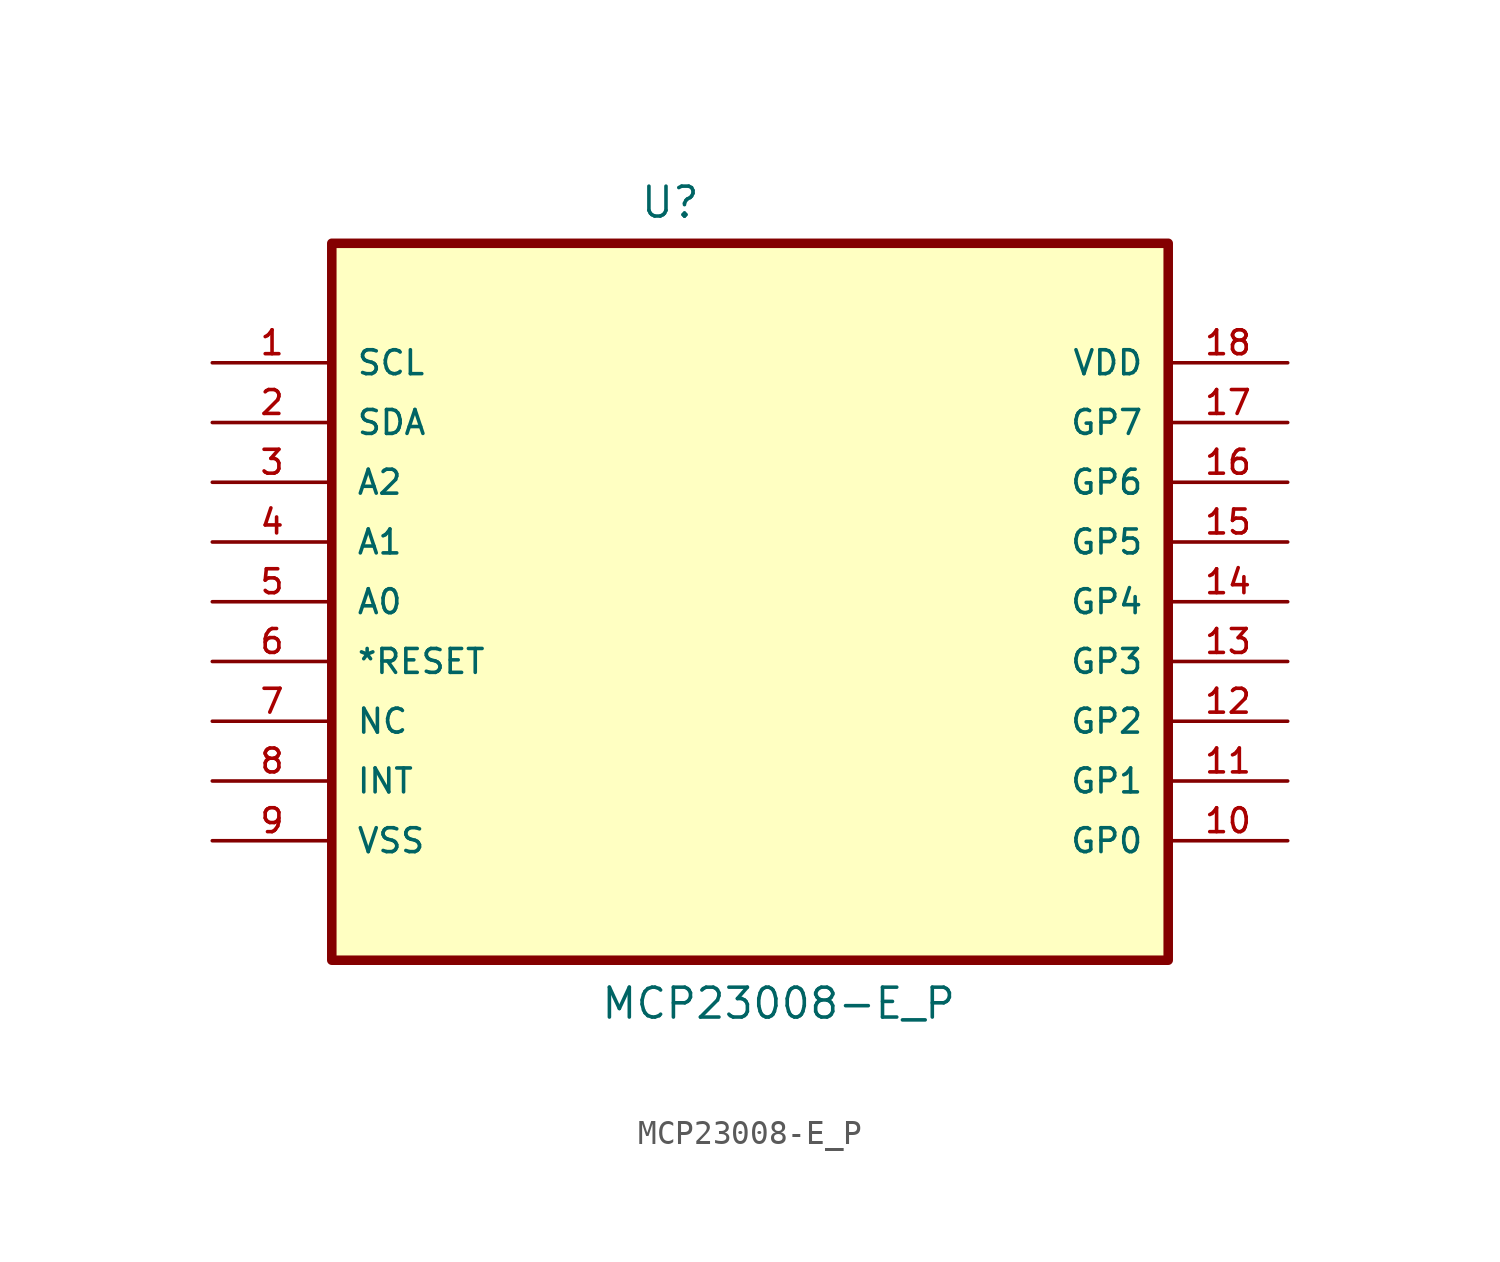
<source format=kicad_sym>
(kicad_symbol_lib
  (version 20211014)
  (generator kicad_symbol_editor)
  (symbol "MCP23008-E_P"
    (pin_names
      (offset 1.016))
    (property "Reference" "U"
      (at -4.7 13.695 0.0)
      (effects (font (size 1.27 1.27)) (justify bottom left)))
    (property "Value" "MCP23008-E_P"
      (at -6.38 -20.359 0.0)
      (effects (font (size 1.27 1.27)) (justify bottom left)))
    (symbol "MCP23008-E_P_0_0"
      (rectangle (start -17.78 -17.78) (end 17.78 12.7) (stroke (width 0.406)) (fill (type background)))
      (pin input line (at -22.86 7.62 0) (length 5.08) (name "SCL" (effects (font (size 1.016 1.016)))) (number "1" (effects (font (size 1.016 1.016)))))
      (pin passive line (at -22.86 5.08 0) (length 5.08) (name "SDA" (effects (font (size 1.016 1.016)))) (number "2" (effects (font (size 1.016 1.016)))))
      (pin passive line (at -22.86 2.54 0) (length 5.08) (name "A2" (effects (font (size 1.016 1.016)))) (number "3" (effects (font (size 1.016 1.016)))))
      (pin input line (at -22.86 0.0 0) (length 5.08) (name "A1" (effects (font (size 1.016 1.016)))) (number "4" (effects (font (size 1.016 1.016)))))
      (pin input line (at -22.86 -2.54 0) (length 5.08) (name "A0" (effects (font (size 1.016 1.016)))) (number "5" (effects (font (size 1.016 1.016)))))
      (pin input line (at -22.86 -5.08 0) (length 5.08) (name "*RESET" (effects (font (size 1.016 1.016)))) (number "6" (effects (font (size 1.016 1.016)))))
      (pin input line (at -22.86 -7.62 0) (length 5.08) (name "NC" (effects (font (size 1.016 1.016)))) (number "7" (effects (font (size 1.016 1.016)))))
      (pin output line (at -22.86 -10.16 0) (length 5.08) (name "INT" (effects (font (size 1.016 1.016)))) (number "8" (effects (font (size 1.016 1.016)))))
      (pin passive line (at -22.86 -12.7 0) (length 5.08) (name "VSS" (effects (font (size 1.016 1.016)))) (number "9" (effects (font (size 1.016 1.016)))))
      (pin passive line (at 22.86 -12.7 180.0) (length 5.08) (name "GP0" (effects (font (size 1.016 1.016)))) (number "10" (effects (font (size 1.016 1.016)))))
      (pin passive line (at 22.86 -10.16 180.0) (length 5.08) (name "GP1" (effects (font (size 1.016 1.016)))) (number "11" (effects (font (size 1.016 1.016)))))
      (pin passive line (at 22.86 -7.62 180.0) (length 5.08) (name "GP2" (effects (font (size 1.016 1.016)))) (number "12" (effects (font (size 1.016 1.016)))))
      (pin passive line (at 22.86 -5.08 180.0) (length 5.08) (name "GP3" (effects (font (size 1.016 1.016)))) (number "13" (effects (font (size 1.016 1.016)))))
      (pin passive line (at 22.86 -2.54 180.0) (length 5.08) (name "GP4" (effects (font (size 1.016 1.016)))) (number "14" (effects (font (size 1.016 1.016)))))
      (pin passive line (at 22.86 0.0 180.0) (length 5.08) (name "GP5" (effects (font (size 1.016 1.016)))) (number "15" (effects (font (size 1.016 1.016)))))
      (pin passive line (at 22.86 2.54 180.0) (length 5.08) (name "GP6" (effects (font (size 1.016 1.016)))) (number "16" (effects (font (size 1.016 1.016)))))
      (pin passive line (at 22.86 5.08 180.0) (length 5.08) (name "GP7" (effects (font (size 1.016 1.016)))) (number "17" (effects (font (size 1.016 1.016)))))
      (pin power_in line (at 22.86 7.62 180.0) (length 5.08) (name "VDD" (effects (font (size 1.016 1.016)))) (number "18" (effects (font (size 1.016 1.016))))))))
</source>
